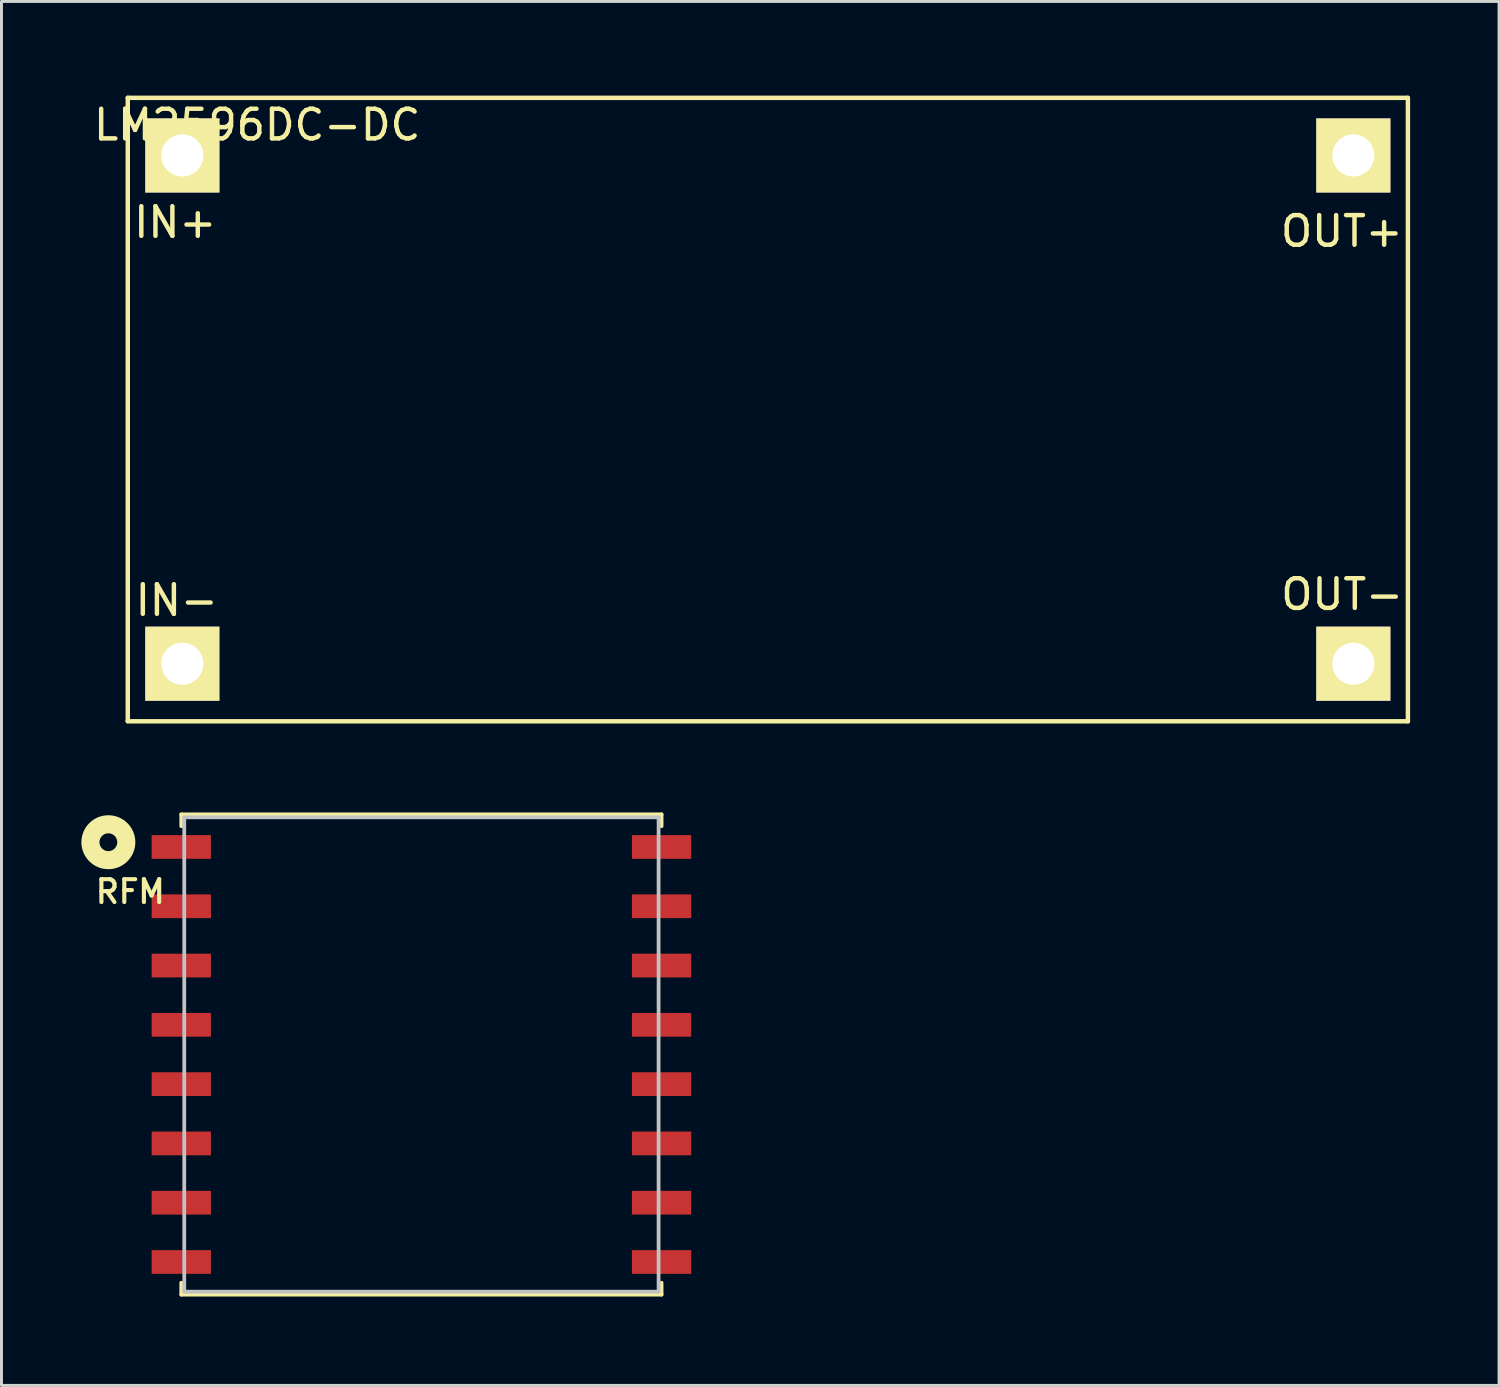
<source format=kicad_pcb>
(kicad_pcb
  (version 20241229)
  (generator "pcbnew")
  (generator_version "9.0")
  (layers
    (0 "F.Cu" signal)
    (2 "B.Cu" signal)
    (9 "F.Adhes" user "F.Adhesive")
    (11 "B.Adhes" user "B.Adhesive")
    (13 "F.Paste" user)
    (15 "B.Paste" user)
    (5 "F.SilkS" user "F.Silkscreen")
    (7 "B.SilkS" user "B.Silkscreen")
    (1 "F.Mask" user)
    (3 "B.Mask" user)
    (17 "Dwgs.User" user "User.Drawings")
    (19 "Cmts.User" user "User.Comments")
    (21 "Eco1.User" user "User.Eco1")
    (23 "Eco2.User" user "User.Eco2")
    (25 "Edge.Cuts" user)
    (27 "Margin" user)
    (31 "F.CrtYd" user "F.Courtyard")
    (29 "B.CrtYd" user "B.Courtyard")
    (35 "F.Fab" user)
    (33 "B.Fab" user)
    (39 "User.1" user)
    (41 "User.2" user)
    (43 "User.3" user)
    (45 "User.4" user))
  (footprint "LM2596DC-DC"
    (layer "F.Cu")
    (at 1.26 0.25)
    (property "Reference" "LM2596DC-DC" (at 4.365 0.913 0) (layer "F.SilkS") (effects (font (size 1 1) (thickness 0.15))))
    (attr through_hole)
    (fp_line (start 0 0) (end 43.175 0) (stroke (width 0.15) (type solid)) (layer "F.SilkS"))
    (fp_line (start 0 21.025) (end 0 0) (stroke (width 0.15) (type solid)) (layer "F.SilkS"))
    (fp_line (start 43.18 0) (end 43.18 21.03) (stroke (width 0.15) (type solid)) (layer "F.SilkS"))
    (fp_line (start 43.18 21.03) (end 0 21.03) (stroke (width 0.15) (type solid)) (layer "F.SilkS"))
    (fp_text user "IN+" (at 1.6 4.2 0) (layer "F.SilkS") (effects (font (size 1 1) (thickness 0.15))))
    (fp_text user "OUT-" (at 40.96 16.75 0) (layer "F.SilkS") (effects (font (size 1 1) (thickness 0.15))))
    (fp_text user "IN-" (at 1.65 16.95 0) (layer "F.SilkS") (effects (font (size 1 1) (thickness 0.15))))
    (fp_text user "OUT+" (at 40.95 4.5 0) (layer "F.SilkS") (effects (font (size 1 1) (thickness 0.15))))
    (pad "1" thru_hole rect (at 1.841 1.944) (size 2.5 2.5) (drill 1.42) (layers "*.Cu" "*.Mask" "F.SilkS"))
    (pad "2" thru_hole rect (at 1.84 19.088) (size 2.5 2.5) (drill 1.42) (layers "*.Cu" "*.Mask" "F.SilkS"))
    (pad "3" thru_hole rect (at 41.339 1.944) (size 2.5 2.5) (drill 1.42) (layers "*.Cu" "*.Mask" "F.SilkS"))
    (pad "4" thru_hole rect (at 41.339 19.088) (size 2.5 2.5) (drill 1.42) (layers "*.Cu" "*.Mask" "F.SilkS")))
  (footprint "RFM"
    (layer "F.Cu")
    (at 11.165 32.519)
    (property "Reference" "RFM" (at -11.07 -5.04 0) (layer "F.SilkS") (effects (font (size 0.772 0.772) (thickness 0.139)) (justify left bottom)))
    (attr through_hole)
    (fp_line (start -8.1 -8.1) (end 8.1 -8.1) (stroke (width 0.127) (type solid)) (layer "F.SilkS"))
    (fp_line (start -8.1 -7.7) (end -8.1 -8.1) (stroke (width 0.127) (type solid)) (layer "F.SilkS"))
    (fp_line (start -8.1 7.7) (end -8.1 8.1) (stroke (width 0.127) (type solid)) (layer "F.SilkS"))
    (fp_line (start -8.1 8.1) (end 8.1 8.1) (stroke (width 0.127) (type solid)) (layer "F.SilkS"))
    (fp_line (start 8.1 -8.1) (end 8.1 -7.7) (stroke (width 0.127) (type solid)) (layer "F.SilkS"))
    (fp_line (start 8.1 8.1) (end 8.1 7.7) (stroke (width 0.127) (type solid)) (layer "F.SilkS"))
    (fp_circle (center -10.56 -7.16) (end -10.26 -7.16) (stroke (width 0.61) (type solid)) (fill no) (layer "F.SilkS"))
    (fp_line (start -8 -8) (end 8 -8) (stroke (width 0.127) (type solid)) (layer "Dwgs.User"))
    (fp_line (start -8 8) (end -8 -8) (stroke (width 0.127) (type solid)) (layer "Dwgs.User"))
    (fp_line (start 8 -8) (end 8 8) (stroke (width 0.127) (type solid)) (layer "Dwgs.User"))
    (fp_line (start 8 8) (end -8 8) (stroke (width 0.127) (type solid)) (layer "Dwgs.User"))
    (pad "1" smd rect (at -8.1 -7) (size 2 0.8) (layers "F.Cu" "F.Mask" "F.Paste"))
    (pad "2" smd rect (at -8.1 -5) (size 2 0.8) (layers "F.Cu" "F.Mask" "F.Paste"))
    (pad "3" smd rect (at -8.1 -3) (size 2 0.8) (layers "F.Cu" "F.Mask" "F.Paste"))
    (pad "4" smd rect (at -8.1 -1) (size 2 0.8) (layers "F.Cu" "F.Mask" "F.Paste"))
    (pad "5" smd rect (at -8.1 1) (size 2 0.8) (layers "F.Cu" "F.Mask" "F.Paste"))
    (pad "6" smd rect (at -8.1 3) (size 2 0.8) (layers "F.Cu" "F.Mask" "F.Paste"))
    (pad "7" smd rect (at -8.1 5) (size 2 0.8) (layers "F.Cu" "F.Mask" "F.Paste"))
    (pad "8" smd rect (at -8.1 7 180) (size 2 0.8) (layers "F.Cu" "F.Mask" "F.Paste"))
    (pad "9" smd rect (at 8.1 7 180) (size 2 0.8) (layers "F.Cu" "F.Mask" "F.Paste"))
    (pad "10" smd rect (at 8.1 5 180) (size 2 0.8) (layers "F.Cu" "F.Mask" "F.Paste"))
    (pad "11" smd rect (at 8.1 3 180) (size 2 0.8) (layers "F.Cu" "F.Mask" "F.Paste"))
    (pad "12" smd rect (at 8.1 1 180) (size 2 0.8) (layers "F.Cu" "F.Mask" "F.Paste"))
    (pad "13" smd rect (at 8.1 -1 180) (size 2 0.8) (layers "F.Cu" "F.Mask" "F.Paste"))
    (pad "14" smd rect (at 8.1 -3 180) (size 2 0.8) (layers "F.Cu" "F.Mask" "F.Paste"))
    (pad "15" smd rect (at 8.1 -5 180) (size 2 0.8) (layers "F.Cu" "F.Mask" "F.Paste"))
    (pad "16" smd rect (at 8.1 -7 180) (size 2 0.8) (layers "F.Cu" "F.Mask" "F.Paste")))
  (gr_rect
    (start -3 -3)
    (end 47.515 43.682)
    (stroke (width 0.1) (type default))
    (fill no)
    (layer "Edge.Cuts")))
</source>
